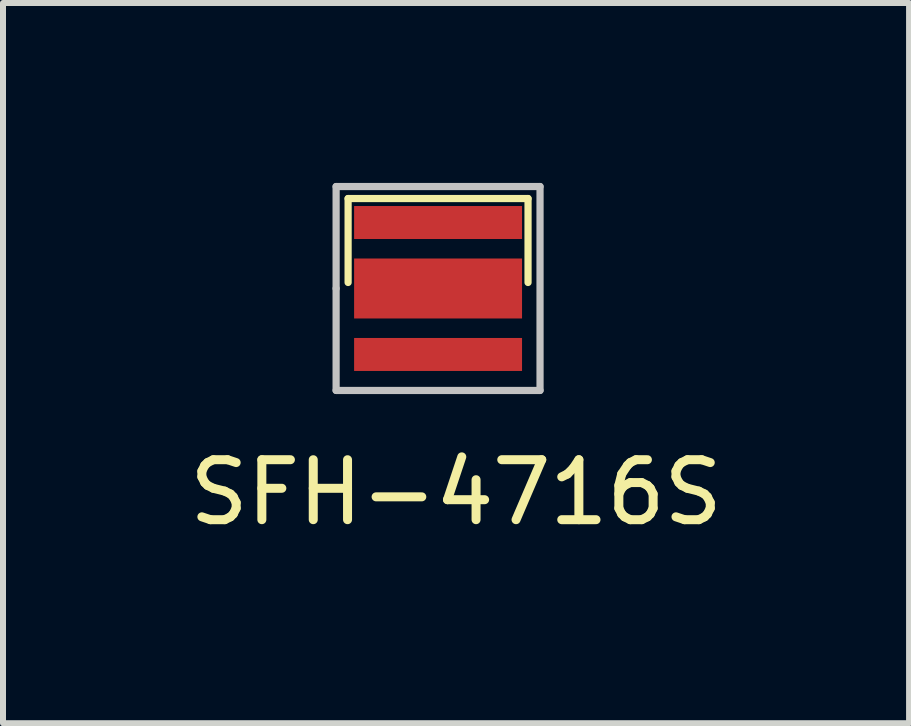
<source format=kicad_pcb>
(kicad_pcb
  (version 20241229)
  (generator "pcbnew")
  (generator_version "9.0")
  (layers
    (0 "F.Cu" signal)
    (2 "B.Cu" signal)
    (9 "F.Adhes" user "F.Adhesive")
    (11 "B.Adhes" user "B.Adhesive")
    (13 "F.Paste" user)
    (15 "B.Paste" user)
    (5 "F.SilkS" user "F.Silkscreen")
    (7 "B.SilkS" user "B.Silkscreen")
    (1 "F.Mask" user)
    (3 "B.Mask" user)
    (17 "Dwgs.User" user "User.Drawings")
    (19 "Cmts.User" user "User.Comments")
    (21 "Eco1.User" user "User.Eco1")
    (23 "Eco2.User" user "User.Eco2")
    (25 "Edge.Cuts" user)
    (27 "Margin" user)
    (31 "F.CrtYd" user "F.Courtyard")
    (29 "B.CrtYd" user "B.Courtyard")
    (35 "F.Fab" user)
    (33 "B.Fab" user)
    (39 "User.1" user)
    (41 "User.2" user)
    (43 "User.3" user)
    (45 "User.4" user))
  (footprint "SFH-4716S"
    (layer "F.Cu")
    (at 4.554 4.66)
    (property "Reference" "SFH-4716S" (at 0 0.5 0) (layer "F.SilkS") (effects (font (size 1 1) (thickness 0.15))))
    (attr through_hole)
    (fp_line (start -1.8 -4.4) (end 1.2 -4.4) (stroke (width 0.12) (type solid)) (layer "F.SilkS"))
    (fp_line (start -1.8 -3) (end -1.8 -4.4) (stroke (width 0.12) (type solid)) (layer "F.SilkS"))
    (fp_line (start 1.2 -4.4) (end 1.2 -3) (stroke (width 0.12) (type solid)) (layer "F.SilkS"))
    (fp_line (start -2 -4.6) (end 1.4 -4.6) (stroke (width 0.12) (type solid)) (layer "Dwgs.User"))
    (fp_line (start -2 -2.9) (end -2 -4.6) (stroke (width 0.12) (type solid)) (layer "Dwgs.User"))
    (fp_line (start -2 -1.2) (end -2 -2.9) (stroke (width 0.12) (type solid)) (layer "Dwgs.User"))
    (fp_line (start 1.4 -4.6) (end 1.4 -1.2) (stroke (width 0.12) (type solid)) (layer "Dwgs.User"))
    (fp_line (start 1.4 -1.2) (end -2 -1.2) (stroke (width 0.12) (type solid)) (layer "Dwgs.User"))
    (pad "1" smd rect (at -0.3 -4) (size 2.8 0.55) (layers "F.Cu" "F.Mask" "F.Paste"))
    (pad "2" smd rect (at -0.3 -2.9) (size 2.8 1) (layers "F.Cu" "F.Mask" "F.Paste"))
    (pad "2" smd rect (at -0.3 -1.8) (size 2.8 0.55) (layers "F.Cu" "F.Mask" "F.Paste")))
  (gr_rect
    (start -3 -3)
    (end 12.107 9.008)
    (stroke (width 0.1) (type default))
    (fill no)
    (layer "Edge.Cuts")))
</source>
